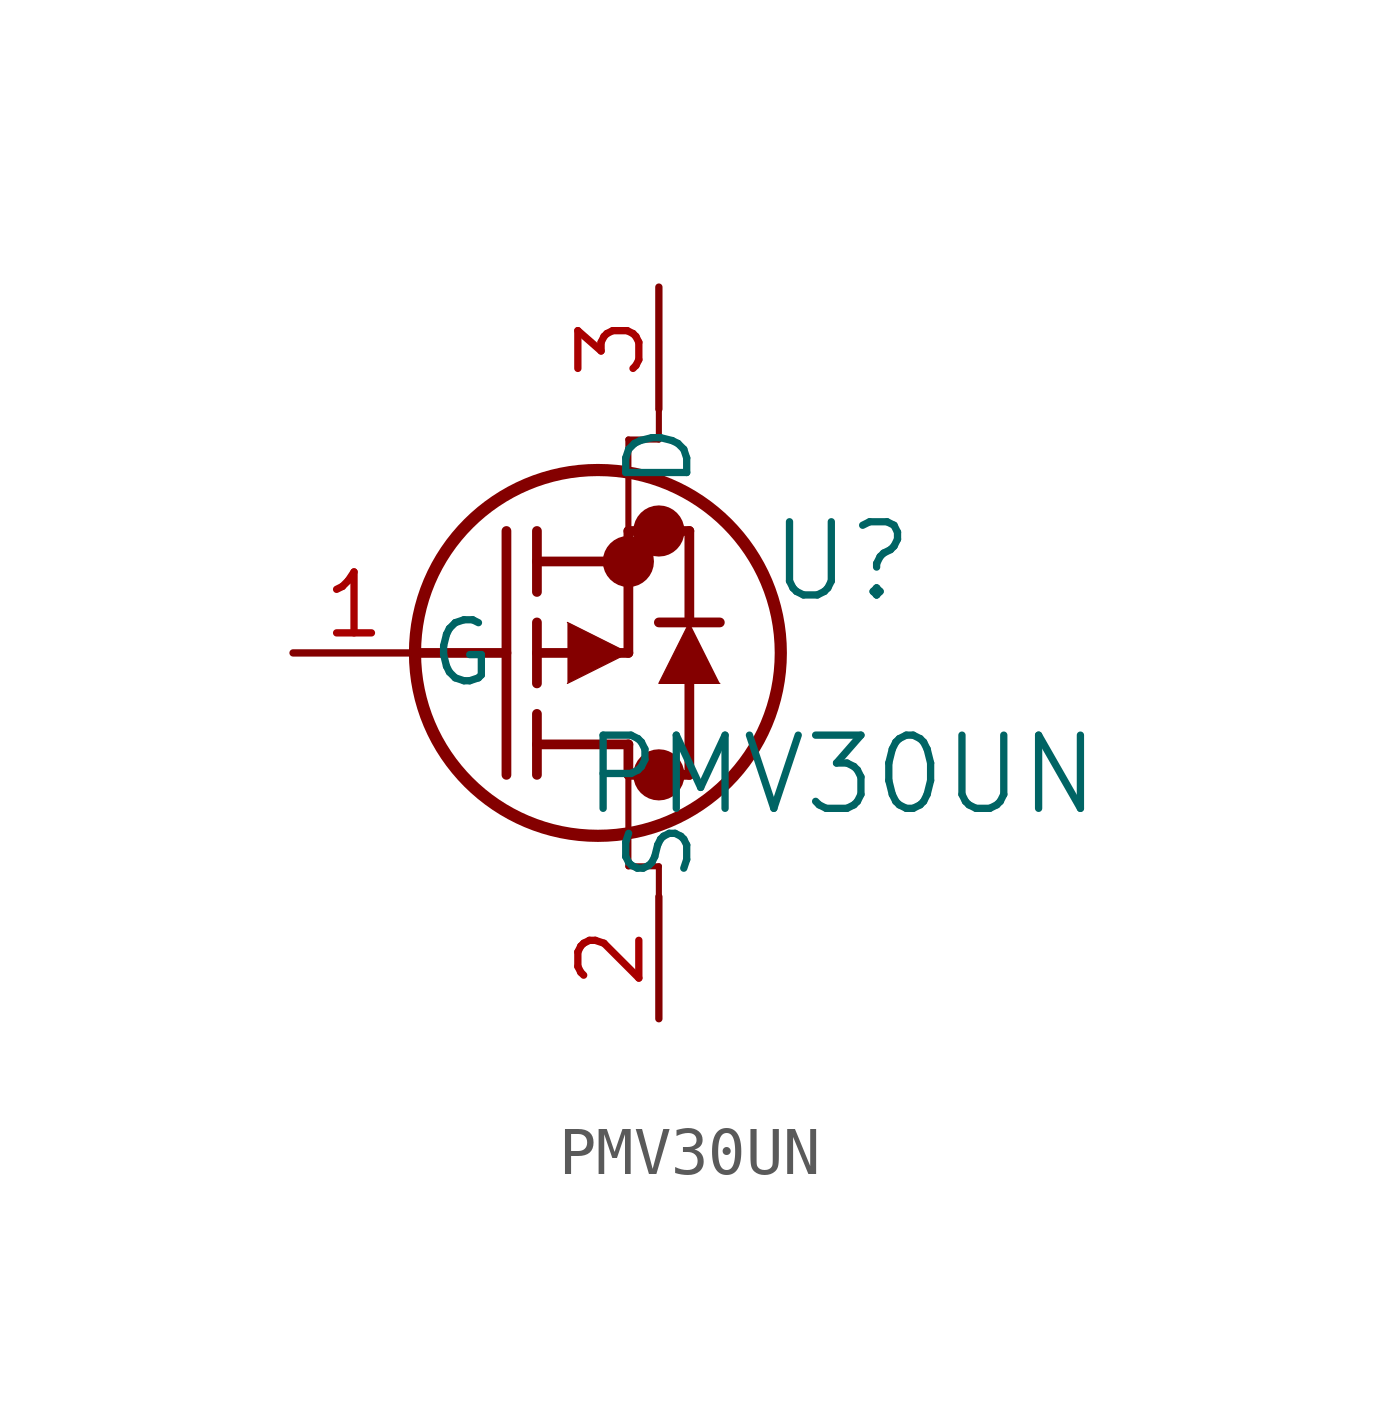
<source format=kicad_sym>
(kicad_symbol_lib
  (version 20211014)
  (generator kicad_symbol_editor)
  (symbol "PMV30UN"
    (pin_names
      (offset 0.254))
    (property "Reference" "U"
      (at 11.43 1.905 0)
      (effects (font (size 1.524 1.524))))
    (property "Value" "PMV30UN"
      (at 11.43 -2.54 0)
      (effects (font (size 1.524 1.524))))
    (symbol "PMV30UN_0_1"
      (circle (center 7.62 2.54) (radius 0.025) (stroke (width 0.508) (type default) (color 0 0 0 0)) (fill (type none)))
      (circle (center 7.62 -2.54) (radius 0.025) (stroke (width 0.508) (type default) (color 0 0 0 0)) (fill (type none)))
      (circle (center 6.985 1.905) (radius 0.025) (stroke (width 0.508) (type default) (color 0 0 0 0)) (fill (type none)))
      (circle (center 6.35 0) (radius 3.81) (stroke (width 0.254) (type default) (color 0 0 0 0)) (fill (type none)))
      (polyline (pts (xy 2.54 0) (xy 4.445 0)) (stroke (width 0.203) (type default) (color 0 0 0 0)) (fill (type none)))
      (polyline (pts (xy 4.445 -2.54) (xy 4.445 2.54)) (stroke (width 0.203) (type default) (color 0 0 0 0)) (fill (type none)))
      (polyline (pts (xy 5.08 -0.635) (xy 5.08 0.635)) (stroke (width 0.203) (type default) (color 0 0 0 0)) (fill (type none)))
      (polyline (pts (xy 5.08 -2.54) (xy 5.08 -1.27)) (stroke (width 0.203) (type default) (color 0 0 0 0)) (fill (type none)))
      (polyline (pts (xy 5.08 1.27) (xy 5.08 2.54)) (stroke (width 0.203) (type default) (color 0 0 0 0)) (fill (type none)))
      (polyline (pts (xy 6.35 0) (xy 6.985 0)) (stroke (width 0.203) (type default) (color 0 0 0 0)) (fill (type none)))
      (polyline (pts (xy 5.08 -1.905) (xy 6.985 -1.905)) (stroke (width 0.203) (type default) (color 0 0 0 0)) (fill (type none)))
      (polyline (pts (xy 6.985 1.905) (xy 6.985 0)) (stroke (width 0.203) (type default) (color 0 0 0 0)) (fill (type none)))
      (polyline (pts (xy 6.985 -2.54) (xy 8.255 -2.54)) (stroke (width 0.203) (type default) (color 0 0 0 0)) (fill (type none)))
      (polyline (pts (xy 5.08 1.905) (xy 6.985 1.905)) (stroke (width 0.203) (type default) (color 0 0 0 0)) (fill (type none)))
      (polyline (pts (xy 8.255 0.635) (xy 8.255 2.54)) (stroke (width 0.203) (type default) (color 0 0 0 0)) (fill (type none)))
      (polyline (pts (xy 5.715 0.635) (xy 6.985 0) (xy 5.715 -0.635)) (stroke (width 0.025) (type default) (color 0 0 0 0)) (fill (type outline)))
      (polyline (pts (xy 8.89 -0.635) (xy 7.62 -0.635) (xy 8.255 0.635)) (stroke (width 0.025) (type default) (color 0 0 0 0)) (fill (type outline)))
      (polyline (pts (xy 8.255 -2.54) (xy 8.255 -0.635)) (stroke (width 0.203) (type default) (color 0 0 0 0)) (fill (type none)))
      (polyline (pts (xy 8.89 0.635) (xy 7.62 0.635)) (stroke (width 0.203) (type default) (color 0 0 0 0)) (fill (type none)))
      (polyline (pts (xy 6.985 2.54) (xy 8.255 2.54)) (stroke (width 0.203) (type default) (color 0 0 0 0)) (fill (type none)))
      (polyline (pts (xy 6.985 1.905) (xy 6.985 2.54)) (stroke (width 0.203) (type default) (color 0 0 0 0)) (fill (type none)))
      (polyline (pts (xy 5.715 0) (xy 5.08 0)) (stroke (width 0.203) (type default) (color 0 0 0 0)) (fill (type none)))
      (polyline (pts (xy 6.985 -2.54) (xy 6.985 -1.905)) (stroke (width 0.203) (type default) (color 0 0 0 0)) (fill (type none)))
      (polyline (pts (xy 7.62 5.08) (xy 7.62 4.445)) (stroke (width 0.127) (type default) (color 0 0 0 0)) (fill (type none)))
      (polyline (pts (xy 7.62 4.445) (xy 6.985 4.445)) (stroke (width 0.127) (type default) (color 0 0 0 0)) (fill (type none)))
      (polyline (pts (xy 6.985 4.445) (xy 6.985 2.54)) (stroke (width 0.127) (type default) (color 0 0 0 0)) (fill (type none)))
      (polyline (pts (xy 7.62 -4.445) (xy 7.62 -5.08)) (stroke (width 0.127) (type default) (color 0 0 0 0)) (fill (type none)))
      (polyline (pts (xy 7.62 -4.445) (xy 6.985 -4.445)) (stroke (width 0.127) (type default) (color 0 0 0 0)) (fill (type none)))
      (polyline (pts (xy 6.985 -4.445) (xy 6.985 -2.54)) (stroke (width 0.127) (type default) (color 0 0 0 0)) (fill (type none)))
      (pin unspecified line (at 0 0 0) (length 2.54) (name "G" (effects (font (size 1.27 1.27)))) (number "1" (effects (font (size 1.27 1.27)))))
      (pin unspecified line (at 7.62 -7.62 90) (length 2.54) (name "S" (effects (font (size 1.27 1.27)))) (number "2" (effects (font (size 1.27 1.27)))))
      (pin unspecified line (at 7.62 7.62 270) (length 2.54) (name "D" (effects (font (size 1.27 1.27)))) (number "3" (effects (font (size 1.27 1.27))))))))
</source>
